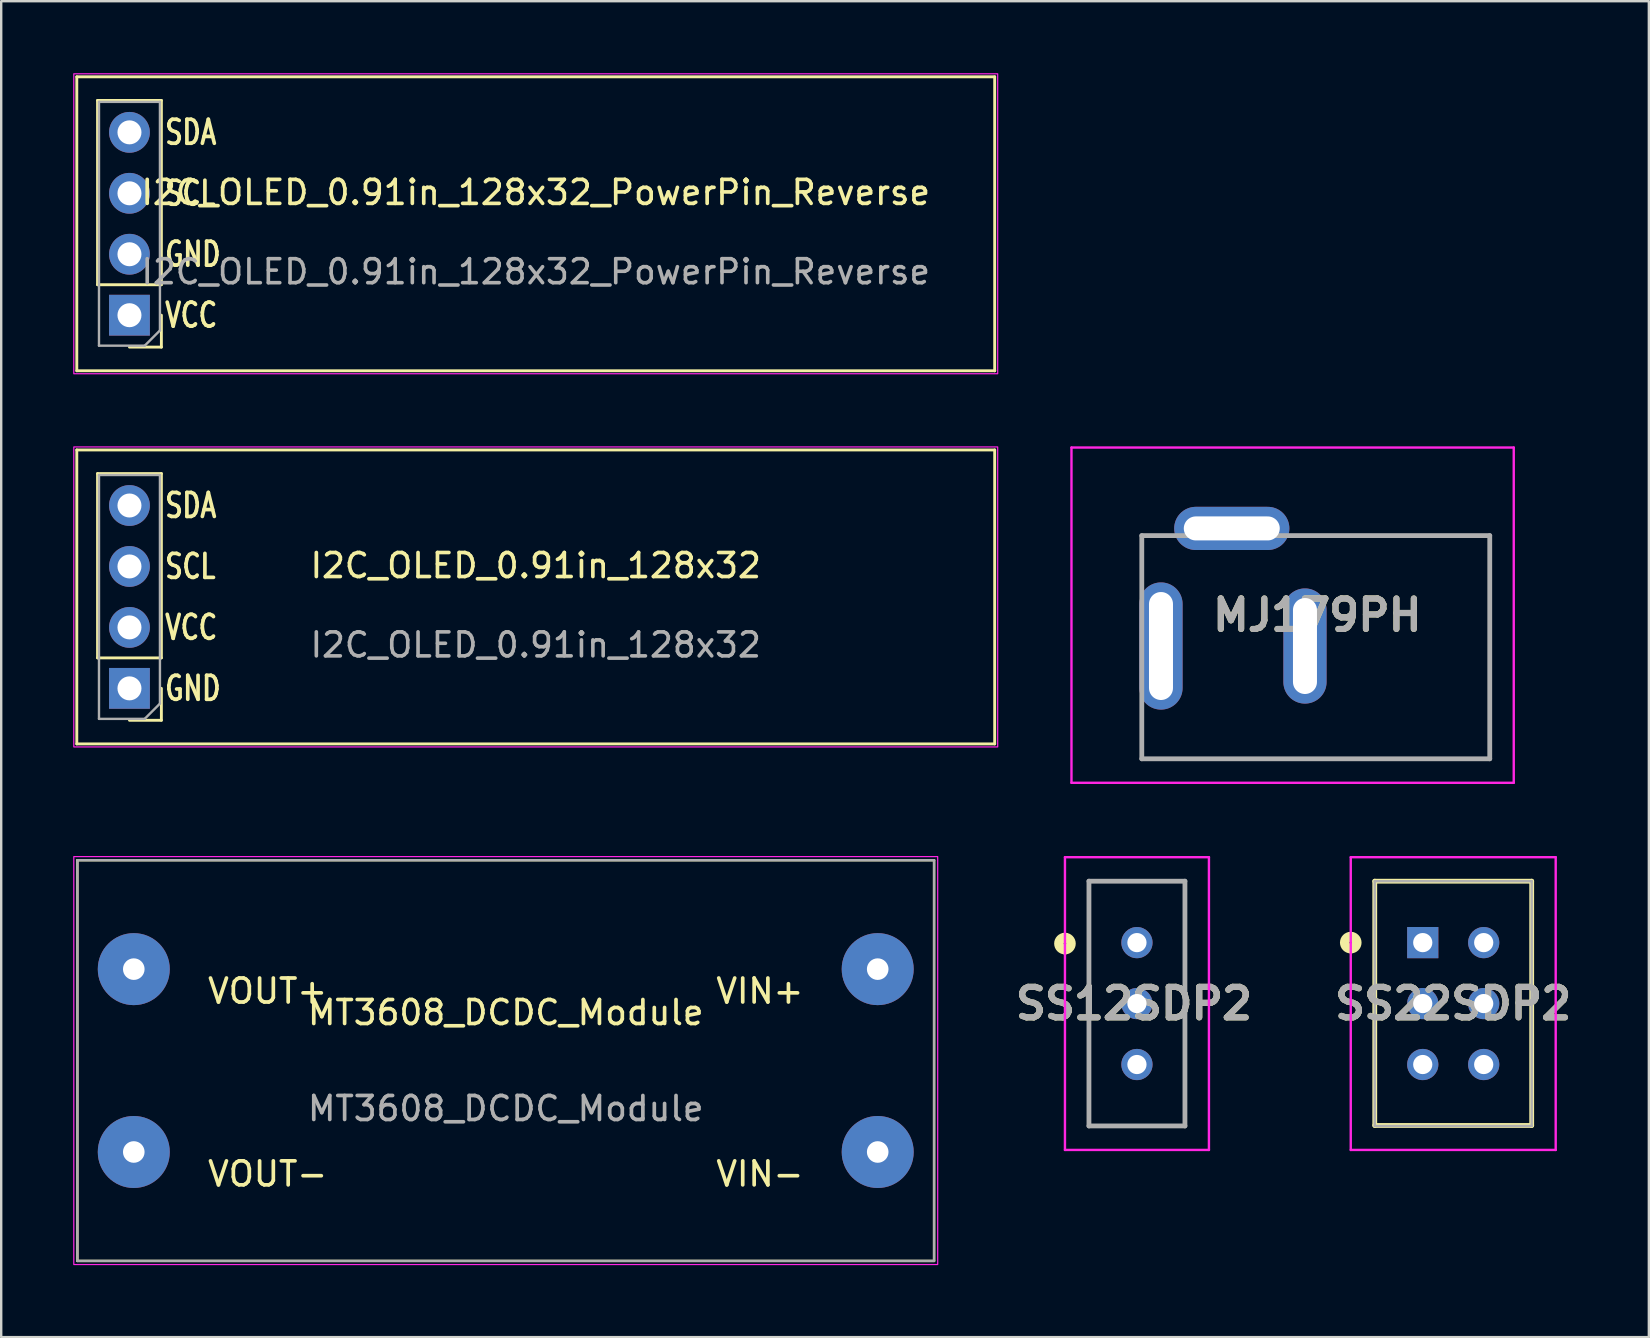
<source format=kicad_pcb>
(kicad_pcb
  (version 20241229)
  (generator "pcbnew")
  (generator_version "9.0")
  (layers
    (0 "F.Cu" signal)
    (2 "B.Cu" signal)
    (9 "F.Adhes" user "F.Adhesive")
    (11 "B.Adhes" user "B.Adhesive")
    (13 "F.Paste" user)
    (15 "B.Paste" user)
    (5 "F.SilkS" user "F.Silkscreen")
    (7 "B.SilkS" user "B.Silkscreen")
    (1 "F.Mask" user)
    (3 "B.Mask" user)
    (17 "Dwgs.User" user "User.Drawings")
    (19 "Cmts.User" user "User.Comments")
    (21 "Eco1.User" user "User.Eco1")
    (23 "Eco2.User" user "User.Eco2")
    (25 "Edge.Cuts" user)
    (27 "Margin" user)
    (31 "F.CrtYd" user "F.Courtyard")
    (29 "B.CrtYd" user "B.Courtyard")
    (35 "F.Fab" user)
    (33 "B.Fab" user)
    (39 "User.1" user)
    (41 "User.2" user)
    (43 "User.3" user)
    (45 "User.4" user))
  (footprint "MT3608_DCDC_Module"
    (layer "F.Cu")
    (at 18.025 41.145)
    (property "Reference" "MT3608_DCDC_Module" (at 0 -2 0) (unlocked yes) (layer "F.SilkS") (effects (font (size 1 1) (thickness 0.153))))
    (attr through_hole)
    (fp_line (start -17.85 -8.35) (end -17.85 8.35) (stroke (width 0.1) (type default)) (layer "F.SilkS"))
    (fp_line (start -17.85 -8.35) (end 17.85 -8.35) (stroke (width 0.1) (type default)) (layer "F.SilkS"))
    (fp_line (start -17.85 8.35) (end 17.85 8.35) (stroke (width 0.1) (type default)) (layer "F.SilkS"))
    (fp_line (start 17.85 -8.35) (end 17.85 8.35) (stroke (width 0.1) (type default)) (layer "F.SilkS"))
    (fp_rect (start -18 -8.5) (end 18 8.5) (stroke (width 0.05) (type default)) (fill no) (layer "F.CrtYd"))
    (fp_rect (start -17.85 -8.35) (end 17.85 8.35) (stroke (width 0.1) (type solid)) (fill no) (layer "F.Fab"))
    (fp_text user "VIN-" (at 12.5 5.31 0) (unlocked yes) (layer "F.SilkS") (effects (font (size 1 1) (thickness 0.153)) (justify right bottom)))
    (fp_text user "VOUT-" (at -12.5 5.31 0) (unlocked yes) (layer "F.SilkS") (effects (font (size 1 1) (thickness 0.153)) (justify left bottom)))
    (fp_text user "VOUT+" (at -12.5 -2.31 0) (unlocked yes) (layer "F.SilkS") (effects (font (size 1 1) (thickness 0.153)) (justify left bottom)))
    (fp_text user "VIN+" (at 12.5 -2.31 0) (unlocked yes) (layer "F.SilkS") (effects (font (size 1 1) (thickness 0.153)) (justify right bottom)))
    (fp_text user "${REFERENCE}" (at 0 2 0) (unlocked yes) (layer "F.Fab") (effects (font (size 1 1) (thickness 0.153))))
    (pad "1" thru_hole circle (at 15.5 -3.81) (size 3 3) (drill 0.9) (layers "*.Cu" "*.Mask"))
    (pad "2" thru_hole circle (at 15.5 3.81) (size 3 3) (drill 0.9) (layers "*.Cu" "*.Mask"))
    (pad "3" thru_hole circle (at -15.5 -3.81) (size 3 3) (drill 0.9) (layers "*.Cu" "*.Mask"))
    (pad "4" thru_hole circle (at -15.5 3.81) (size 3 3) (drill 0.9) (layers "*.Cu" "*.Mask")))
  (footprint "MJ179PH"
    (layer "F.Cu")
    (at 51.33 23.87)
    (property "Reference" "MJ179PH" (at 0.515 -1.285 0) (layer "F.SilkS") (effects (font (size 1.27 1.27) (thickness 0.254))))
    (attr through_hole)
    (fp_line (start -6.8 4.7) (end -6.8 3.5) (stroke (width 0.1) (type solid)) (layer "F.SilkS"))
    (fp_line (start 1 -4.6) (end 7.7 -4.6) (stroke (width 0.1) (type solid)) (layer "F.SilkS"))
    (fp_line (start 7.7 -4.6) (end 7.7 0.5) (stroke (width 0.1) (type solid)) (layer "F.SilkS"))
    (fp_line (start 7.7 0.5) (end 7.7 4.7) (stroke (width 0.1) (type solid)) (layer "F.SilkS"))
    (fp_line (start 7.7 4.7) (end -6.8 4.7) (stroke (width 0.1) (type solid)) (layer "F.SilkS"))
    (fp_line (start -9.73 -8.27) (end -9.73 5.7) (stroke (width 0.1) (type solid)) (layer "F.CrtYd"))
    (fp_line (start -9.73 5.7) (end 8.7 5.7) (stroke (width 0.1) (type solid)) (layer "F.CrtYd"))
    (fp_line (start 8.7 -8.27) (end -9.73 -8.27) (stroke (width 0.1) (type solid)) (layer "F.CrtYd"))
    (fp_line (start 8.7 5.7) (end 8.7 -8.27) (stroke (width 0.1) (type solid)) (layer "F.CrtYd"))
    (fp_line (start -6.8 -4.6) (end -6.8 4.7) (stroke (width 0.2) (type solid)) (layer "F.Fab"))
    (fp_line (start -6.8 4.7) (end 7.7 4.7) (stroke (width 0.2) (type solid)) (layer "F.Fab"))
    (fp_line (start 7.7 -4.6) (end -6.8 -4.6) (stroke (width 0.2) (type solid)) (layer "F.Fab"))
    (fp_line (start 7.7 4.7) (end 7.7 -4.6) (stroke (width 0.2) (type solid)) (layer "F.Fab"))
    (fp_text user "${REFERENCE}" (at 0.515 -1.285 0) (layer "F.Fab") (effects (font (size 1.27 1.27) (thickness 0.254))))
    (pad "1" thru_hole oval (at 0 0) (size 1.8 4.8) (drill oval 1 4) (layers "*.Cu" "*.Mask"))
    (pad "2" thru_hole oval (at -3.05 -4.9) (size 4.8 1.8) (drill oval 4 1) (layers "*.Cu" "*.Mask"))
    (pad "3" thru_hole oval (at -6 0) (size 1.8 5.3) (drill oval 1 4.5) (layers "*.Cu" "*.Mask")))
  (footprint "SS22SDP2"
    (layer "F.Cu")
    (at 56.238 36.23)
    (property "Reference" "SS22SDP2" (at 1.27 2.54 0) (layer "F.SilkS") (effects (font (size 1.27 1.27) (thickness 0.254))))
    (attr through_hole)
    (fp_line (start -2 -2.56) (end 4.54 -2.56) (stroke (width 0.2) (type solid)) (layer "F.SilkS"))
    (fp_line (start -2 7.62) (end -2 -2.56) (stroke (width 0.2) (type solid)) (layer "F.SilkS"))
    (fp_line (start 4.54 -2.56) (end 4.54 7.62) (stroke (width 0.2) (type solid)) (layer "F.SilkS"))
    (fp_line (start 4.54 7.62) (end -2 7.62) (stroke (width 0.2) (type solid)) (layer "F.SilkS"))
    (fp_arc (start -3 -0.25) (mid -2.75 0) (end -3 0.25) (stroke (width 0.4) (type solid)) (layer "F.SilkS"))
    (fp_arc (start -3 0.25) (mid -3.25 0) (end -3 -0.25) (stroke (width 0.4) (type solid)) (layer "F.SilkS"))
    (fp_line (start -3 -3.56) (end 5.54 -3.56) (stroke (width 0.1) (type solid)) (layer "F.CrtYd"))
    (fp_line (start -3 8.64) (end -3 -3.56) (stroke (width 0.1) (type solid)) (layer "F.CrtYd"))
    (fp_line (start 5.54 -3.56) (end 5.54 8.64) (stroke (width 0.1) (type solid)) (layer "F.CrtYd"))
    (fp_line (start 5.54 8.64) (end -3 8.64) (stroke (width 0.1) (type solid)) (layer "F.CrtYd"))
    (fp_line (start -2 -2.56) (end -2 7.64) (stroke (width 0.1) (type solid)) (layer "F.Fab"))
    (fp_line (start -2 7.64) (end 4.54 7.64) (stroke (width 0.1) (type solid)) (layer "F.Fab"))
    (fp_line (start 4.54 -2.56) (end -2 -2.56) (stroke (width 0.1) (type solid)) (layer "F.Fab"))
    (fp_line (start 4.54 7.64) (end 4.54 -2.56) (stroke (width 0.1) (type solid)) (layer "F.Fab"))
    (fp_text user "${REFERENCE}" (at 1.27 2.54 0) (layer "F.Fab") (effects (font (size 1.27 1.27) (thickness 0.254))))
    (pad "1" thru_hole rect (at 0 0) (size 1.3 1.3) (drill 0.8) (layers "*.Cu" "*.Mask"))
    (pad "2" thru_hole circle (at 0 2.54) (size 1.3 1.3) (drill 0.8) (layers "*.Cu" "*.Mask"))
    (pad "3" thru_hole circle (at 0 5.08) (size 1.3 1.3) (drill 0.8) (layers "*.Cu" "*.Mask"))
    (pad "4" thru_hole circle (at 2.54 0) (size 1.3 1.3) (drill 0.8) (layers "*.Cu" "*.Mask"))
    (pad "5" thru_hole circle (at 2.54 2.54) (size 1.3 1.3) (drill 0.8) (layers "*.Cu" "*.Mask"))
    (pad "6" thru_hole circle (at 2.54 5.08) (size 1.3 1.3) (drill 0.8) (layers "*.Cu" "*.Mask")))
  (footprint "SS12SDP2"
    (layer "F.Cu")
    (at 44.328 38.77)
    (property "Reference" "SS12SDP2" (at -0.125 0 0) (layer "F.SilkS") (effects (font (size 1.27 1.27) (thickness 0.254))))
    (attr through_hole)
    (fp_line (start -3 -2.75) (end -3 -2.75) (stroke (width 0.4) (type solid)) (layer "F.SilkS"))
    (fp_line (start -3 -2.25) (end -3 -2.25) (stroke (width 0.4) (type solid)) (layer "F.SilkS"))
    (fp_line (start -2 -5.1) (end 2 -5.1) (stroke (width 0.1) (type solid)) (layer "F.SilkS"))
    (fp_line (start -2 5.1) (end -2 -5.1) (stroke (width 0.1) (type solid)) (layer "F.SilkS"))
    (fp_line (start 2 -5.1) (end 2 5.1) (stroke (width 0.1) (type solid)) (layer "F.SilkS"))
    (fp_line (start 2 5.1) (end -2 5.1) (stroke (width 0.1) (type solid)) (layer "F.SilkS"))
    (fp_arc (start -3 -2.75) (mid -2.75 -2.5) (end -3 -2.25) (stroke (width 0.4) (type solid)) (layer "F.SilkS"))
    (fp_arc (start -3 -2.25) (mid -3.25 -2.5) (end -3 -2.75) (stroke (width 0.4) (type solid)) (layer "F.SilkS"))
    (fp_line (start -3 -6.1) (end 3 -6.1) (stroke (width 0.1) (type solid)) (layer "F.CrtYd"))
    (fp_line (start -3 6.1) (end -3 -6.1) (stroke (width 0.1) (type solid)) (layer "F.CrtYd"))
    (fp_line (start 3 -6.1) (end 3 6.1) (stroke (width 0.1) (type solid)) (layer "F.CrtYd"))
    (fp_line (start 3 6.1) (end -3 6.1) (stroke (width 0.1) (type solid)) (layer "F.CrtYd"))
    (fp_line (start -2 -5.1) (end 2 -5.1) (stroke (width 0.2) (type solid)) (layer "F.Fab"))
    (fp_line (start -2 5.1) (end -2 -5.1) (stroke (width 0.2) (type solid)) (layer "F.Fab"))
    (fp_line (start 2 -5.1) (end 2 5.1) (stroke (width 0.2) (type solid)) (layer "F.Fab"))
    (fp_line (start 2 5.1) (end -2 5.1) (stroke (width 0.2) (type solid)) (layer "F.Fab"))
    (fp_text user "${REFERENCE}" (at -0.125 0 0) (layer "F.Fab") (effects (font (size 1.27 1.27) (thickness 0.254))))
    (pad "1" thru_hole circle (at 0 -2.54) (size 1.3 1.3) (drill 0.8) (layers "*.Cu" "*.Mask"))
    (pad "2" thru_hole circle (at 0 0) (size 1.3 1.3) (drill 0.8) (layers "*.Cu" "*.Mask"))
    (pad "3" thru_hole circle (at 0 2.54) (size 1.3 1.3) (drill 0.8) (layers "*.Cu" "*.Mask")))
  (footprint "I2C_OLED_0.91in_128x32"
    (layer "F.Cu")
    (at 19.275 21.825)
    (property "Reference" "I2C_OLED_0.91in_128x32" (at 0 -1.306 180) (layer "F.SilkS") (effects (font (size 1 1) (thickness 0.153))))
    (attr through_hole)
    (fp_line (start -19.125 -6.125) (end -19.125 6.125) (stroke (width 0.12) (type solid)) (layer "F.SilkS"))
    (fp_line (start -19.125 6.125) (end 19.125 6.125) (stroke (width 0.12) (type solid)) (layer "F.SilkS"))
    (fp_line (start -18.26 2.54) (end -18.26 -5.14) (stroke (width 0.12) (type solid)) (layer "F.SilkS"))
    (fp_line (start -15.6 -5.14) (end -18.26 -5.14) (stroke (width 0.12) (type solid)) (layer "F.SilkS"))
    (fp_line (start -15.6 2.54) (end -18.26 2.54) (stroke (width 0.12) (type solid)) (layer "F.SilkS"))
    (fp_line (start -15.6 2.54) (end -15.6 -5.14) (stroke (width 0.12) (type solid)) (layer "F.SilkS"))
    (fp_line (start -15.6 3.81) (end -15.6 5.14) (stroke (width 0.12) (type solid)) (layer "F.SilkS"))
    (fp_line (start -15.6 5.14) (end -16.93 5.14) (stroke (width 0.12) (type solid)) (layer "F.SilkS"))
    (fp_line (start 19.125 -6.125) (end -19.125 -6.125) (stroke (width 0.12) (type solid)) (layer "F.SilkS"))
    (fp_line (start 19.125 -6.125) (end 19.125 6.125) (stroke (width 0.12) (type solid)) (layer "F.SilkS"))
    (fp_rect (start -19.25 -6.25) (end 19.25 6.25) (stroke (width 0.05) (type default)) (fill no) (layer "F.CrtYd"))
    (fp_line (start -18.2 -5.08) (end -15.66 -5.08) (stroke (width 0.1) (type solid)) (layer "F.Fab"))
    (fp_line (start -18.2 5.08) (end -18.2 -5.08) (stroke (width 0.1) (type solid)) (layer "F.Fab"))
    (fp_line (start -16.295 5.08) (end -18.2 5.08) (stroke (width 0.1) (type solid)) (layer "F.Fab"))
    (fp_line (start -15.66 -5.08) (end -15.66 4.445) (stroke (width 0.1) (type solid)) (layer "F.Fab"))
    (fp_line (start -15.66 4.445) (end -16.295 5.08) (stroke (width 0.1) (type solid)) (layer "F.Fab"))
    (fp_text user "SDA" (at -15.53 -3.81 0) (unlocked yes) (layer "F.SilkS") (effects (font (size 1 0.75) (thickness 0.153) (bold yes)) (justify left)))
    (fp_text user "VCC" (at -15.53 1.27 0) (unlocked yes) (layer "F.SilkS") (effects (font (size 1 0.75) (thickness 0.153) (bold yes)) (justify left)))
    (fp_text user "GND" (at -15.53 3.81 0) (unlocked yes) (layer "F.SilkS") (effects (font (size 1 0.75) (thickness 0.153) (bold yes)) (justify left)))
    (fp_text user "SCL" (at -15.53 -1.27 0) (unlocked yes) (layer "F.SilkS") (effects (font (size 1 0.75) (thickness 0.153) (bold yes)) (justify left)))
    (fp_text user "${REFERENCE}" (at 0 2 180) (layer "F.Fab") (effects (font (size 1 1) (thickness 0.15))))
    (pad "1" thru_hole rect (at -16.93 3.81 180) (size 1.7 1.7) (drill 1) (layers "*.Cu" "*.Mask"))
    (pad "2" thru_hole oval (at -16.93 1.27 180) (size 1.7 1.7) (drill 1) (layers "*.Cu" "*.Mask"))
    (pad "3" thru_hole oval (at -16.93 -1.27 180) (size 1.7 1.7) (drill 1) (layers "*.Cu" "*.Mask"))
    (pad "4" thru_hole oval (at -16.93 -3.81 180) (size 1.7 1.7) (drill 1) (layers "*.Cu" "*.Mask")))
  (footprint "I2C_OLED_0.91in_128x32_PowerPin_Reverse"
    (layer "F.Cu")
    (at 19.275 6.275)
    (property "Reference" "I2C_OLED_0.91in_128x32_PowerPin_Reverse" (at 0 -1.306 180) (layer "F.SilkS") (effects (font (size 1 1) (thickness 0.153))))
    (attr through_hole)
    (fp_line (start -19.125 -6.125) (end -19.125 6.125) (stroke (width 0.12) (type solid)) (layer "F.SilkS"))
    (fp_line (start -19.125 6.125) (end 19.125 6.125) (stroke (width 0.12) (type solid)) (layer "F.SilkS"))
    (fp_line (start -18.26 2.54) (end -18.26 -5.14) (stroke (width 0.12) (type solid)) (layer "F.SilkS"))
    (fp_line (start -15.6 -5.14) (end -18.26 -5.14) (stroke (width 0.12) (type solid)) (layer "F.SilkS"))
    (fp_line (start -15.6 2.54) (end -18.26 2.54) (stroke (width 0.12) (type solid)) (layer "F.SilkS"))
    (fp_line (start -15.6 2.54) (end -15.6 -5.14) (stroke (width 0.12) (type solid)) (layer "F.SilkS"))
    (fp_line (start -15.6 3.81) (end -15.6 5.14) (stroke (width 0.12) (type solid)) (layer "F.SilkS"))
    (fp_line (start -15.6 5.14) (end -16.93 5.14) (stroke (width 0.12) (type solid)) (layer "F.SilkS"))
    (fp_line (start 19.125 -6.125) (end -19.125 -6.125) (stroke (width 0.12) (type solid)) (layer "F.SilkS"))
    (fp_line (start 19.125 -6.125) (end 19.125 6.125) (stroke (width 0.12) (type solid)) (layer "F.SilkS"))
    (fp_line (start 19.125 6.125) (end 19.125 6.125) (stroke (width 0.12) (type solid)) (layer "F.SilkS"))
    (fp_rect (start -19.25 -6.25) (end 19.25 6.25) (stroke (width 0.05) (type default)) (fill no) (layer "F.CrtYd"))
    (fp_line (start -18.2 -5.08) (end -15.66 -5.08) (stroke (width 0.1) (type solid)) (layer "F.Fab"))
    (fp_line (start -18.2 5.08) (end -18.2 -5.08) (stroke (width 0.1) (type solid)) (layer "F.Fab"))
    (fp_line (start -16.295 5.08) (end -18.2 5.08) (stroke (width 0.1) (type solid)) (layer "F.Fab"))
    (fp_line (start -15.66 -5.08) (end -15.66 4.445) (stroke (width 0.1) (type solid)) (layer "F.Fab"))
    (fp_line (start -15.66 4.445) (end -16.295 5.08) (stroke (width 0.1) (type solid)) (layer "F.Fab"))
    (fp_text user "GND" (at -15.53 1.27 0) (unlocked yes) (layer "F.SilkS") (effects (font (size 1 0.75) (thickness 0.153) (bold yes)) (justify left)))
    (fp_text user "SDA" (at -15.53 -3.81 0) (unlocked yes) (layer "F.SilkS") (effects (font (size 1 0.75) (thickness 0.153) (bold yes)) (justify left)))
    (fp_text user "VCC" (at -15.53 3.81 0) (unlocked yes) (layer "F.SilkS") (effects (font (size 1 0.75) (thickness 0.153) (bold yes)) (justify left)))
    (fp_text user "SCL" (at -15.53 -1.27 0) (unlocked yes) (layer "F.SilkS") (effects (font (size 1 0.75) (thickness 0.153) (bold yes)) (justify left)))
    (fp_text user "${REFERENCE}" (at 0 2 180) (layer "F.Fab") (effects (font (size 1 1) (thickness 0.15))))
    (pad "1" thru_hole rect (at -16.93 3.81 180) (size 1.7 1.7) (drill 1) (layers "*.Cu" "*.Mask"))
    (pad "2" thru_hole oval (at -16.93 1.27 180) (size 1.7 1.7) (drill 1) (layers "*.Cu" "*.Mask"))
    (pad "3" thru_hole oval (at -16.93 -1.27 180) (size 1.7 1.7) (drill 1) (layers "*.Cu" "*.Mask"))
    (pad "4" thru_hole oval (at -16.93 -3.81 180) (size 1.7 1.7) (drill 1) (layers "*.Cu" "*.Mask")))
  (gr_rect
    (start -3 -3)
    (end 65.66 52.67)
    (stroke (width 0.1) (type default))
    (fill no)
    (layer "Edge.Cuts")))
</source>
